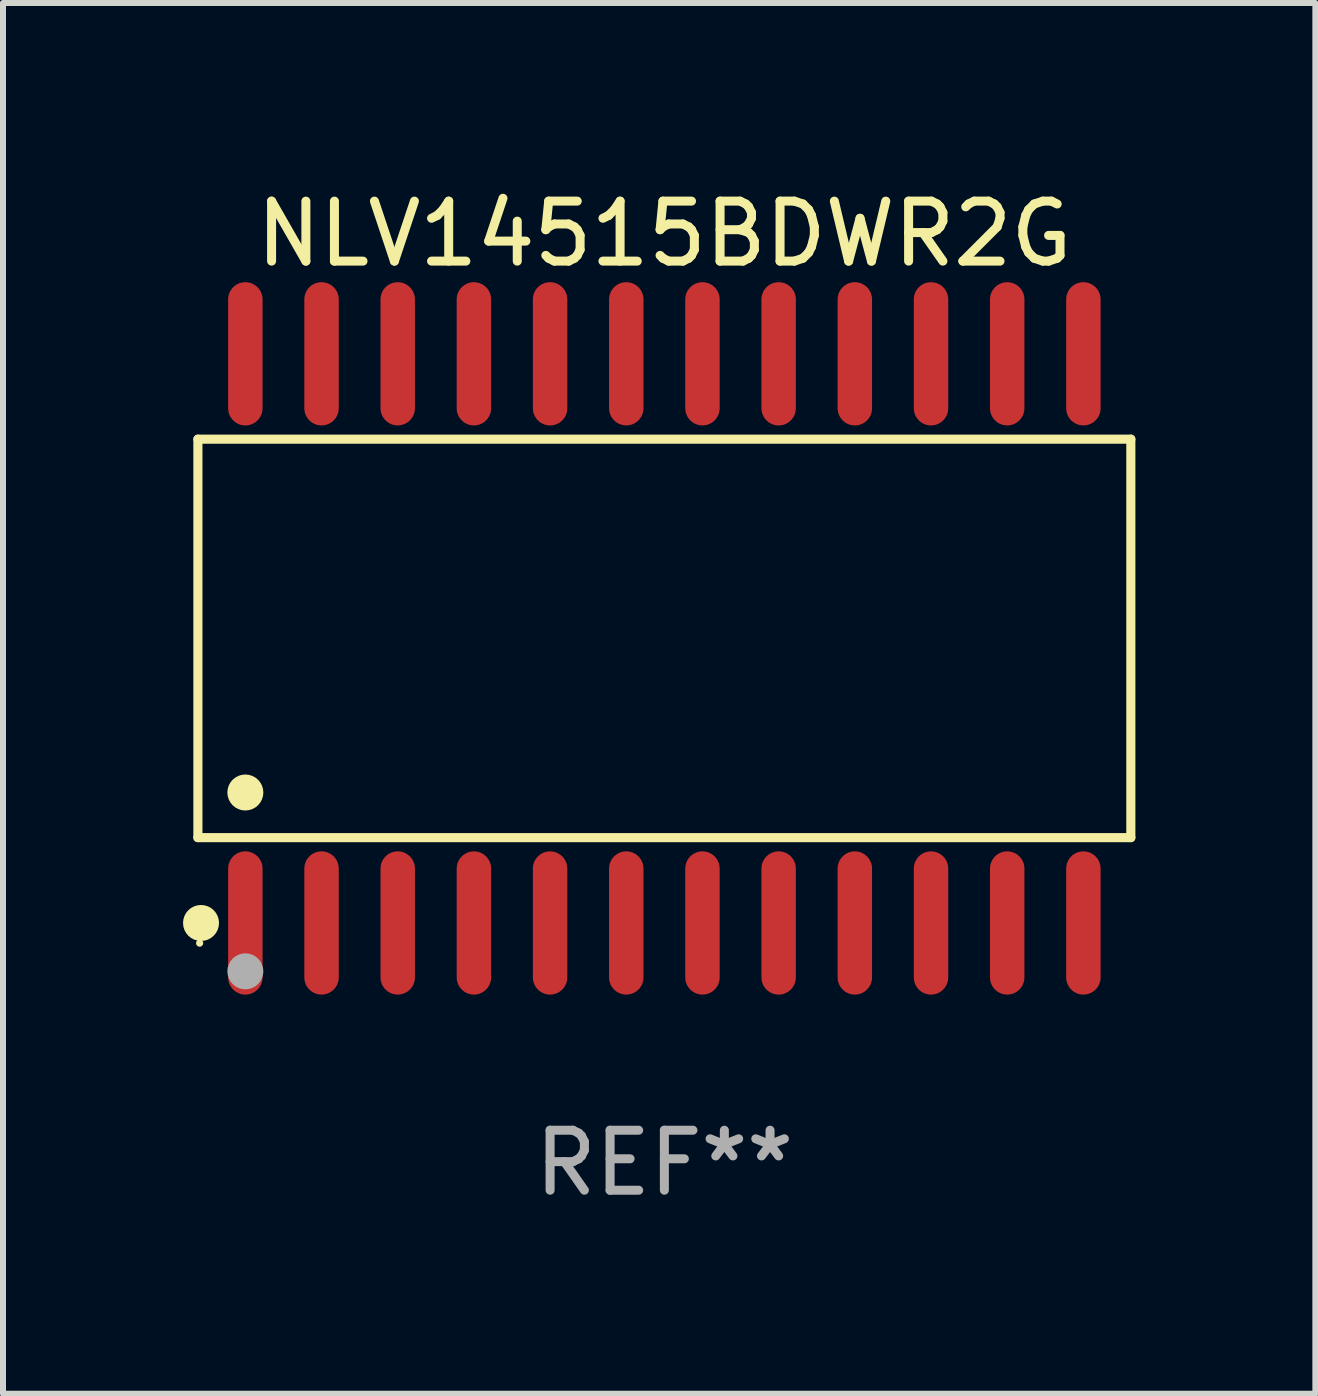
<source format=kicad_pcb>
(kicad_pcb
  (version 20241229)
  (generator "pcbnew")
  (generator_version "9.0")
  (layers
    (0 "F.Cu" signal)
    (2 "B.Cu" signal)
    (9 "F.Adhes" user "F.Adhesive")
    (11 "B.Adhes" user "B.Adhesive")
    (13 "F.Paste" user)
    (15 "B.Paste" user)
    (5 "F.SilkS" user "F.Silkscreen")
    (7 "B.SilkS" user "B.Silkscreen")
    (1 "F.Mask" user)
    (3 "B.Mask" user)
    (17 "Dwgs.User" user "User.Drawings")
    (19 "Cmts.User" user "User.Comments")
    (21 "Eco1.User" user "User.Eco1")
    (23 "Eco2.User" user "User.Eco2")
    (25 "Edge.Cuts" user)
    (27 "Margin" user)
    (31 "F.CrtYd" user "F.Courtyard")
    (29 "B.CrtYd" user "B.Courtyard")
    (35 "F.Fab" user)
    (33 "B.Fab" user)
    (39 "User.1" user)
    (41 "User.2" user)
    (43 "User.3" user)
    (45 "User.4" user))
  (footprint "NLV14515BDWR2G"
    (layer "F.Cu")
    (at 8.025 7.592)
    (property "Reference" "NLV14515BDWR2G" (at 0 -6.744 0) (layer "F.SilkS") (effects (font (size 1 1) (thickness 0.15))))
    (attr through_hole)
    (fp_line (start -7.776 -3.321) (end 7.776 -3.321) (stroke (width 0.152) (type solid)) (layer "F.SilkS"))
    (fp_line (start -7.776 3.321) (end -7.776 -3.321) (stroke (width 0.152) (type solid)) (layer "F.SilkS"))
    (fp_line (start 7.776 -3.321) (end 7.776 3.321) (stroke (width 0.152) (type solid)) (layer "F.SilkS"))
    (fp_line (start 7.776 3.321) (end -7.776 3.321) (stroke (width 0.152) (type solid)) (layer "F.SilkS"))
    (fp_circle (center -7.747 5.08) (end -7.717 5.08) (stroke (width 0.06) (type solid)) (fill no) (layer "F.SilkS"))
    (fp_circle (center -7.724 4.744) (end -7.574 4.744) (stroke (width 0.3) (type solid)) (fill no) (layer "F.SilkS"))
    (fp_circle (center -6.985 2.569) (end -6.835 2.569) (stroke (width 0.3) (type solid)) (fill no) (layer "F.SilkS"))
    (fp_circle (center -6.985 5.55) (end -6.835 5.55) (stroke (width 0.3) (type solid)) (fill no) (layer "F.Fab"))
    (fp_text user "REF**" (at 0 8.744 0) (layer "F.Fab") (effects (font (size 1 1) (thickness 0.15))))
    (pad "1" smd oval (at -6.985 4.744) (size 0.574 2.388) (layers "F.Cu" "F.Mask" "F.Paste"))
    (pad "2" smd oval (at -5.715 4.744) (size 0.574 2.388) (layers "F.Cu" "F.Mask" "F.Paste"))
    (pad "3" smd oval (at -4.445 4.744) (size 0.574 2.388) (layers "F.Cu" "F.Mask" "F.Paste"))
    (pad "4" smd oval (at -3.175 4.744) (size 0.574 2.388) (layers "F.Cu" "F.Mask" "F.Paste"))
    (pad "5" smd oval (at -1.905 4.744) (size 0.574 2.388) (layers "F.Cu" "F.Mask" "F.Paste"))
    (pad "6" smd oval (at -0.635 4.744) (size 0.574 2.388) (layers "F.Cu" "F.Mask" "F.Paste"))
    (pad "7" smd oval (at 0.635 4.744) (size 0.574 2.388) (layers "F.Cu" "F.Mask" "F.Paste"))
    (pad "8" smd oval (at 1.905 4.744) (size 0.574 2.388) (layers "F.Cu" "F.Mask" "F.Paste"))
    (pad "9" smd oval (at 3.175 4.744) (size 0.574 2.388) (layers "F.Cu" "F.Mask" "F.Paste"))
    (pad "10" smd oval (at 4.445 4.744) (size 0.574 2.388) (layers "F.Cu" "F.Mask" "F.Paste"))
    (pad "11" smd oval (at 5.715 4.744) (size 0.574 2.388) (layers "F.Cu" "F.Mask" "F.Paste"))
    (pad "12" smd oval (at 6.985 4.744) (size 0.574 2.388) (layers "F.Cu" "F.Mask" "F.Paste"))
    (pad "13" smd oval (at 6.985 -4.744) (size 0.574 2.388) (layers "F.Cu" "F.Mask" "F.Paste"))
    (pad "14" smd oval (at 5.715 -4.744) (size 0.574 2.388) (layers "F.Cu" "F.Mask" "F.Paste"))
    (pad "15" smd oval (at 4.445 -4.744) (size 0.574 2.388) (layers "F.Cu" "F.Mask" "F.Paste"))
    (pad "16" smd oval (at 3.175 -4.744) (size 0.574 2.388) (layers "F.Cu" "F.Mask" "F.Paste"))
    (pad "17" smd oval (at 1.905 -4.744) (size 0.574 2.388) (layers "F.Cu" "F.Mask" "F.Paste"))
    (pad "18" smd oval (at 0.635 -4.744) (size 0.574 2.388) (layers "F.Cu" "F.Mask" "F.Paste"))
    (pad "19" smd oval (at -0.635 -4.744) (size 0.574 2.388) (layers "F.Cu" "F.Mask" "F.Paste"))
    (pad "20" smd oval (at -1.905 -4.744) (size 0.574 2.388) (layers "F.Cu" "F.Mask" "F.Paste"))
    (pad "21" smd oval (at -3.175 -4.744) (size 0.574 2.388) (layers "F.Cu" "F.Mask" "F.Paste"))
    (pad "22" smd oval (at -4.445 -4.744) (size 0.574 2.388) (layers "F.Cu" "F.Mask" "F.Paste"))
    (pad "23" smd oval (at -5.715 -4.744) (size 0.574 2.388) (layers "F.Cu" "F.Mask" "F.Paste"))
    (pad "24" smd oval (at -6.985 -4.744) (size 0.574 2.388) (layers "F.Cu" "F.Mask" "F.Paste")))
  (gr_rect
    (start -3 -3)
    (end 18.877 20.184)
    (stroke (width 0.1) (type default))
    (fill no)
    (layer "Edge.Cuts")))
</source>
